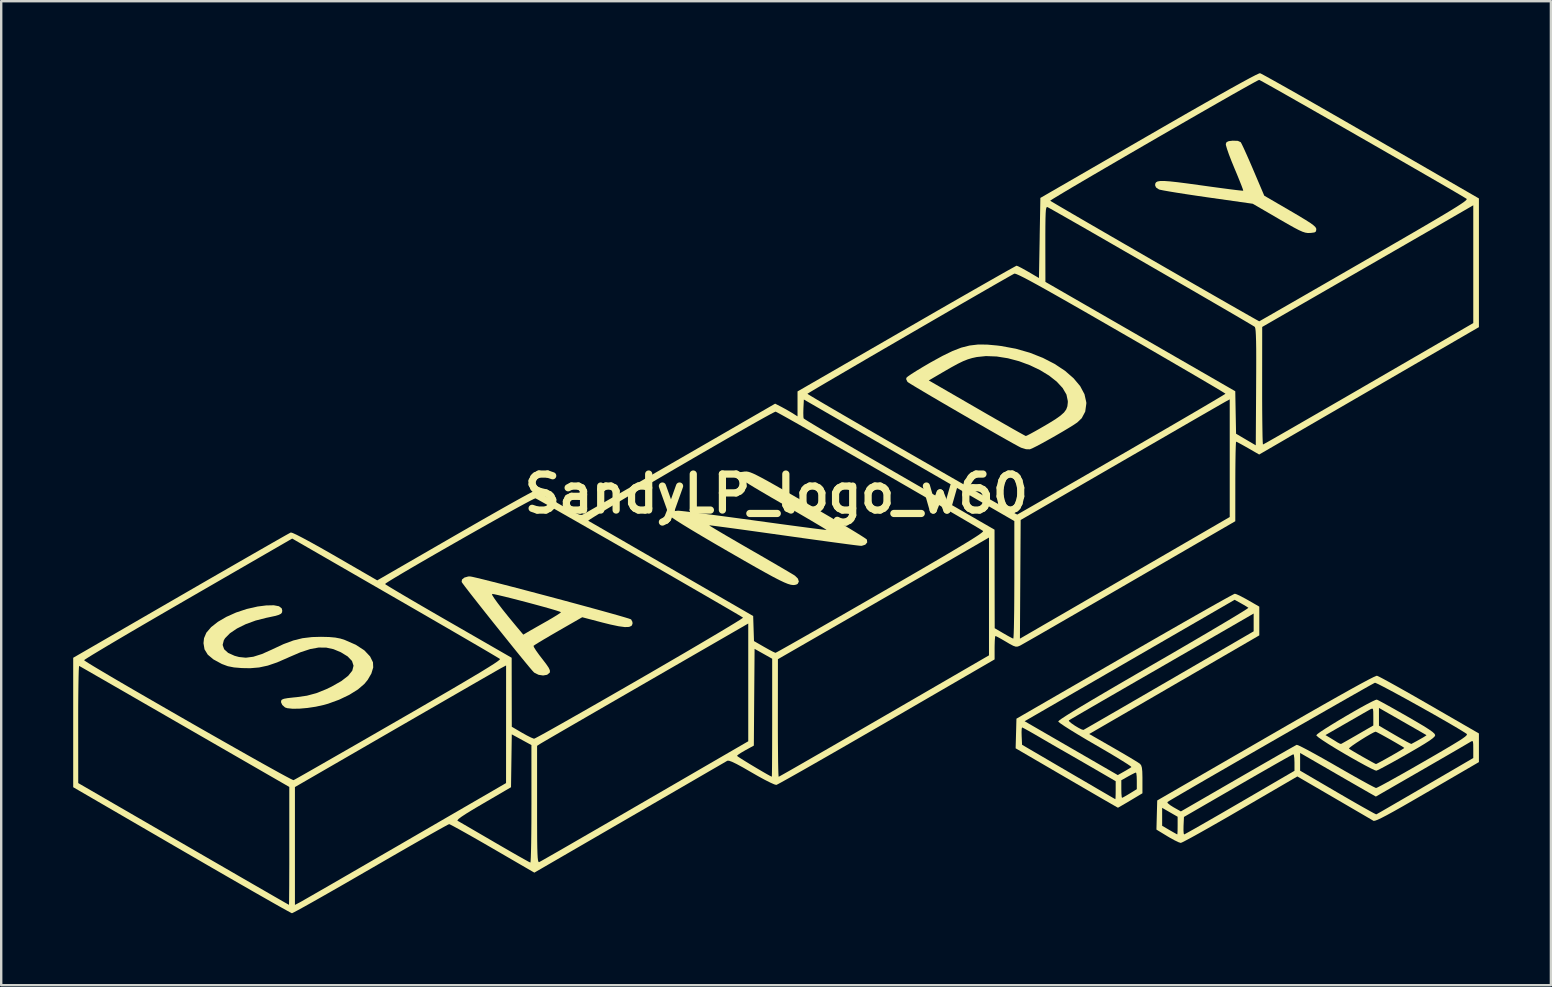
<source format=kicad_pcb>
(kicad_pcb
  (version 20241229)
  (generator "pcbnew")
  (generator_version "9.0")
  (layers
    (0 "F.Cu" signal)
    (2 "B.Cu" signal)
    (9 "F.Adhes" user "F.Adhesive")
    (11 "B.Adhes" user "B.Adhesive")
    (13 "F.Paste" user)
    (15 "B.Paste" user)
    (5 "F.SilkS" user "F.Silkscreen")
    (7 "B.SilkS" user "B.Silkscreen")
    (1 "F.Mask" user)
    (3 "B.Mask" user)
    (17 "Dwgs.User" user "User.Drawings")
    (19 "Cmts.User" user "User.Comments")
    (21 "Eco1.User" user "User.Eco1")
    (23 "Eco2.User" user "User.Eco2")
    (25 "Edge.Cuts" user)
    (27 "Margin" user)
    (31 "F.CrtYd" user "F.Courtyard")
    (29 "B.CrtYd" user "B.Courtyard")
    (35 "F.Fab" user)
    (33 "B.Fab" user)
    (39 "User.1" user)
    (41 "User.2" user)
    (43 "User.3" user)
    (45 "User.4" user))
  (footprint "SandyLP_logo_w60"
    (layer "F.Cu")
    (at 29.301 17.524)
    (property "Reference" "SandyLP_logo_w60" (at 0 0 0) (layer "F.SilkS") (effects (font (size 1.5 1.5) (thickness 0.3))))
    (attr board_only exclude_from_pos_files exclude_from_bom)
    (fp_poly (pts (xy 19.227 -14.705) (xy 19.346 -14.65) (xy 19.347 -14.649) (xy 19.39 -14.571) (xy 19.47 -14.404) (xy 19.579 -14.164) (xy 19.709 -13.87) (xy 19.852 -13.539) (xy 19.871 -13.494) (xy 20.328 -12.42) (xy 21.412 -11.789) (xy 21.778 -11.574) (xy 22.053 -11.408) (xy 22.25 -11.282) (xy 22.38 -11.186) (xy 22.457 -11.114) (xy 22.491 -11.055) (xy 22.496 -11.02) (xy 22.483 -10.933) (xy 22.421 -10.889) (xy 22.279 -10.87) (xy 22.232 -10.867) (xy 22.135 -10.866) (xy 22.037 -10.881) (xy 21.92 -10.919) (xy 21.77 -10.986) (xy 21.569 -11.091) (xy 21.302 -11.241) (xy 20.952 -11.442) (xy 20.908 -11.468) (xy 19.848 -12.084) (xy 17.975 -12.35) (xy 17.513 -12.417) (xy 17.082 -12.482) (xy 16.697 -12.542) (xy 16.375 -12.595) (xy 16.131 -12.638) (xy 15.979 -12.669) (xy 15.941 -12.68) (xy 15.818 -12.763) (xy 15.78 -12.852) (xy 15.787 -12.923) (xy 15.818 -12.977) (xy 15.883 -13.013) (xy 15.993 -13.032) (xy 16.161 -13.033) (xy 16.397 -13.016) (xy 16.713 -12.982) (xy 17.12 -12.93) (xy 17.63 -12.86) (xy 17.723 -12.847) (xy 18.156 -12.787) (xy 18.551 -12.734) (xy 18.891 -12.689) (xy 19.163 -12.655) (xy 19.353 -12.634) (xy 19.445 -12.627) (xy 19.452 -12.628) (xy 19.437 -12.686) (xy 19.383 -12.833) (xy 19.296 -13.052) (xy 19.185 -13.325) (xy 19.09 -13.551) (xy 18.963 -13.86) (xy 18.856 -14.138) (xy 18.777 -14.365) (xy 18.732 -14.52) (xy 18.725 -14.574) (xy 18.758 -14.652) (xy 18.849 -14.693) (xy 19.011 -14.712)) (stroke (width 0) (type solid)) (fill yes) (layer "F.SilkS"))
    (fp_poly (pts (xy 8.775 -6.216) (xy 9.202 -6.177) (xy 9.367 -6.156) (xy 9.978 -6.043) (xy 10.561 -5.876) (xy 11.103 -5.662) (xy 11.595 -5.409) (xy 12.025 -5.124) (xy 12.382 -4.813) (xy 12.657 -4.486) (xy 12.837 -4.148) (xy 12.913 -3.808) (xy 12.914 -3.758) (xy 12.868 -3.423) (xy 12.722 -3.148) (xy 12.539 -2.973) (xy 12.396 -2.876) (xy 12.184 -2.744) (xy 11.925 -2.589) (xy 11.64 -2.423) (xy 11.349 -2.259) (xy 11.075 -2.107) (xy 10.838 -1.981) (xy 10.659 -1.892) (xy 10.559 -1.852) (xy 10.401 -1.856) (xy 10.205 -1.916) (xy 10.178 -1.928) (xy 10.066 -1.986) (xy 9.871 -2.093) (xy 9.605 -2.242) (xy 9.281 -2.425) (xy 8.912 -2.636) (xy 8.51 -2.867) (xy 8.088 -3.11) (xy 7.659 -3.359) (xy 7.234 -3.606) (xy 6.827 -3.843) (xy 6.45 -4.064) (xy 6.117 -4.261) (xy 5.838 -4.427) (xy 5.628 -4.554) (xy 5.498 -4.636) (xy 5.462 -4.662) (xy 5.432 -4.722) (xy 6.35 -4.722) (xy 8.352 -3.565) (xy 8.793 -3.31) (xy 9.203 -3.075) (xy 9.57 -2.865) (xy 9.882 -2.687) (xy 10.13 -2.548) (xy 10.302 -2.453) (xy 10.386 -2.409) (xy 10.393 -2.406) (xy 10.457 -2.433) (xy 10.6 -2.507) (xy 10.796 -2.615) (xy 10.95 -2.702) (xy 11.334 -2.925) (xy 11.627 -3.106) (xy 11.839 -3.257) (xy 11.985 -3.388) (xy 12.076 -3.513) (xy 12.124 -3.644) (xy 12.141 -3.791) (xy 12.143 -3.86) (xy 12.086 -4.133) (xy 11.927 -4.406) (xy 11.681 -4.672) (xy 11.361 -4.924) (xy 10.983 -5.154) (xy 10.562 -5.356) (xy 10.111 -5.523) (xy 9.646 -5.646) (xy 9.181 -5.72) (xy 8.732 -5.737) (xy 8.353 -5.698) (xy 8.159 -5.656) (xy 7.975 -5.601) (xy 7.781 -5.524) (xy 7.555 -5.414) (xy 7.275 -5.261) (xy 6.92 -5.056) (xy 6.885 -5.035) (xy 6.35 -4.722) (xy 5.432 -4.722) (xy 5.409 -4.769) (xy 5.414 -4.829) (xy 5.473 -4.884) (xy 5.619 -4.985) (xy 5.834 -5.122) (xy 6.104 -5.285) (xy 6.41 -5.464) (xy 6.437 -5.479) (xy 6.921 -5.745) (xy 7.335 -5.946) (xy 7.703 -6.089) (xy 8.05 -6.177) (xy 8.399 -6.218)) (stroke (width 0) (type solid)) (fill yes) (layer "F.SilkS"))
    (fp_poly (pts (xy -12.675 3.46) (xy -12.484 3.504) (xy -12.206 3.571) (xy -11.853 3.66) (xy -11.44 3.765) (xy -10.976 3.885) (xy -10.476 4.016) (xy -9.951 4.155) (xy -9.414 4.297) (xy -8.877 4.441) (xy -8.352 4.583) (xy -7.851 4.719) (xy -7.388 4.846) (xy -6.974 4.961) (xy -6.622 5.06) (xy -6.344 5.141) (xy -6.152 5.199) (xy -6.06 5.233) (xy -6.054 5.236) (xy -5.999 5.34) (xy -5.995 5.421) (xy -6.037 5.505) (xy -6.141 5.549) (xy -6.316 5.555) (xy -6.573 5.521) (xy -6.922 5.447) (xy -7.256 5.364) (xy -8.091 5.145) (xy -9.092 5.719) (xy -9.401 5.898) (xy -9.675 6.059) (xy -9.896 6.192) (xy -10.049 6.287) (xy -10.119 6.336) (xy -10.121 6.338) (xy -10.098 6.4) (xy -10.016 6.532) (xy -9.887 6.712) (xy -9.769 6.865) (xy -9.596 7.091) (xy -9.489 7.248) (xy -9.44 7.354) (xy -9.437 7.428) (xy -9.448 7.457) (xy -9.554 7.543) (xy -9.721 7.572) (xy -9.909 7.544) (xy -10.079 7.461) (xy -10.11 7.435) (xy -10.178 7.361) (xy -10.307 7.209) (xy -10.487 6.991) (xy -10.709 6.72) (xy -10.962 6.407) (xy -11.237 6.065) (xy -11.525 5.706) (xy -11.816 5.343) (xy -12.1 4.986) (xy -12.367 4.648) (xy -12.608 4.342) (xy -12.739 4.175) (xy -11.849 4.175) (xy -11.838 4.226) (xy -11.757 4.356) (xy -11.614 4.555) (xy -11.416 4.814) (xy -11.169 5.122) (xy -10.882 5.47) (xy -10.807 5.56) (xy -10.546 5.87) (xy -10.362 5.762) (xy -10.237 5.689) (xy -10.038 5.576) (xy -9.795 5.438) (xy -9.576 5.314) (xy -9.342 5.178) (xy -9.15 5.061) (xy -9.021 4.976) (xy -8.975 4.936) (xy -9.029 4.911) (xy -9.179 4.862) (xy -9.405 4.795) (xy -9.689 4.715) (xy -10.014 4.626) (xy -10.36 4.533) (xy -10.708 4.442) (xy -11.041 4.356) (xy -11.34 4.282) (xy -11.586 4.224) (xy -11.761 4.186) (xy -11.846 4.174) (xy -11.849 4.175) (xy -12.739 4.175) (xy -12.813 4.079) (xy -12.973 3.872) (xy -13.077 3.732) (xy -13.116 3.674) (xy -13.101 3.574) (xy -13 3.492) (xy -12.842 3.447) (xy -12.768 3.444)) (stroke (width 0) (type solid)) (fill yes) (layer "F.SilkS"))
    (fp_poly (pts (xy -20.727 4.687) (xy -20.612 4.776) (xy -20.59 4.867) (xy -20.599 4.942) (xy -20.641 4.999) (xy -20.734 5.046) (xy -20.897 5.093) (xy -21.151 5.148) (xy -21.249 5.168) (xy -21.697 5.282) (xy -22.112 5.434) (xy -22.476 5.614) (xy -22.769 5.812) (xy -22.972 6.018) (xy -23.024 6.101) (xy -23.074 6.3) (xy -23.012 6.478) (xy -22.845 6.631) (xy -22.576 6.752) (xy -22.391 6.802) (xy -22.108 6.831) (xy -21.796 6.791) (xy -21.438 6.678) (xy -21.015 6.489) (xy -20.997 6.48) (xy -20.535 6.264) (xy -20.129 6.113) (xy -19.745 6.018) (xy -19.348 5.971) (xy -18.977 5.961) (xy -18.639 5.969) (xy -18.382 5.992) (xy -18.169 6.033) (xy -17.984 6.092) (xy -17.525 6.293) (xy -17.172 6.523) (xy -16.93 6.779) (xy -16.81 7.022) (xy -16.8 7.238) (xy -16.877 7.491) (xy -17.03 7.755) (xy -17.167 7.922) (xy -17.437 8.154) (xy -17.798 8.379) (xy -18.221 8.581) (xy -18.679 8.748) (xy -18.859 8.799) (xy -19.195 8.873) (xy -19.541 8.925) (xy -19.871 8.954) (xy -20.159 8.958) (xy -20.378 8.935) (xy -20.473 8.904) (xy -20.588 8.802) (xy -20.638 8.697) (xy -20.639 8.628) (xy -20.606 8.579) (xy -20.521 8.543) (xy -20.365 8.515) (xy -20.118 8.487) (xy -19.981 8.474) (xy -19.563 8.414) (xy -19.171 8.309) (xy -18.762 8.145) (xy -18.53 8.033) (xy -18.128 7.805) (xy -17.842 7.584) (xy -17.672 7.371) (xy -17.62 7.165) (xy -17.684 6.967) (xy -17.865 6.778) (xy -18.147 6.605) (xy -18.455 6.476) (xy -18.759 6.41) (xy -19.077 6.408) (xy -19.428 6.472) (xy -19.832 6.605) (xy -20.307 6.809) (xy -20.355 6.831) (xy -20.804 7.027) (xy -21.193 7.16) (xy -21.556 7.238) (xy -21.926 7.269) (xy -22.274 7.263) (xy -22.602 7.236) (xy -22.859 7.185) (xy -23.09 7.099) (xy -23.112 7.09) (xy -23.458 6.902) (xy -23.694 6.704) (xy -23.829 6.483) (xy -23.872 6.227) (xy -23.85 6.018) (xy -23.752 5.788) (xy -23.553 5.557) (xy -23.269 5.334) (xy -22.918 5.129) (xy -22.514 4.948) (xy -22.075 4.802) (xy -21.617 4.698) (xy -21.26 4.653) (xy -20.942 4.646)) (stroke (width 0) (type solid)) (fill yes) (layer "F.SilkS"))
    (fp_poly (pts (xy -1.175 -0.917) (xy -1.086 -0.891) (xy -0.969 -0.844) (xy -0.817 -0.771) (xy -0.618 -0.668) (xy -0.364 -0.53) (xy -0.046 -0.351) (xy 0.347 -0.128) (xy 0.823 0.146) (xy 1.328 0.437) (xy 1.813 0.719) (xy 2.267 0.984) (xy 2.68 1.229) (xy 3.042 1.445) (xy 3.342 1.628) (xy 3.571 1.771) (xy 3.717 1.867) (xy 3.771 1.91) (xy 3.784 2.027) (xy 3.704 2.122) (xy 3.558 2.169) (xy 3.527 2.17) (xy 3.441 2.162) (xy 3.25 2.139) (xy 2.965 2.102) (xy 2.599 2.053) (xy 2.162 1.994) (xy 1.666 1.926) (xy 1.122 1.851) (xy 0.542 1.769) (xy 0.294 1.734) (xy -0.293 1.652) (xy -0.843 1.575) (xy -1.347 1.505) (xy -1.793 1.444) (xy -2.171 1.393) (xy -2.47 1.354) (xy -2.679 1.327) (xy -2.788 1.315) (xy -2.801 1.315) (xy -2.756 1.347) (xy -2.621 1.43) (xy -2.407 1.558) (xy -2.126 1.724) (xy -1.789 1.92) (xy -1.409 2.141) (xy -1.101 2.319) (xy -0.685 2.558) (xy -0.297 2.783) (xy 0.052 2.986) (xy 0.348 3.159) (xy 0.578 3.295) (xy 0.728 3.385) (xy 0.777 3.417) (xy 0.897 3.537) (xy 0.935 3.66) (xy 0.885 3.756) (xy 0.846 3.777) (xy 0.775 3.798) (xy 0.696 3.804) (xy 0.599 3.791) (xy 0.476 3.755) (xy 0.318 3.69) (xy 0.114 3.593) (xy -0.144 3.459) (xy -0.464 3.284) (xy -0.858 3.064) (xy -1.333 2.793) (xy -1.898 2.468) (xy -1.982 2.42) (xy -2.565 2.082) (xy -3.079 1.78) (xy -3.518 1.518) (xy -3.879 1.298) (xy -4.154 1.125) (xy -4.339 1) (xy -4.428 0.928) (xy -4.435 0.917) (xy -4.428 0.799) (xy -4.314 0.728) (xy -4.099 0.705) (xy -4.001 0.713) (xy -3.798 0.735) (xy -3.503 0.771) (xy -3.127 0.818) (xy -2.683 0.875) (xy -2.183 0.941) (xy -1.637 1.015) (xy -1.059 1.093) (xy -0.907 1.114) (xy -0.33 1.193) (xy 0.211 1.267) (xy 0.704 1.333) (xy 1.14 1.391) (xy 1.506 1.439) (xy 1.793 1.475) (xy 1.989 1.499) (xy 2.083 1.508) (xy 2.09 1.508) (xy 2.045 1.476) (xy 1.909 1.392) (xy 1.694 1.264) (xy 1.411 1.096) (xy 1.071 0.897) (xy 0.685 0.673) (xy 0.276 0.436) (xy -0.209 0.156) (xy -0.6 -0.073) (xy -0.909 -0.256) (xy -1.145 -0.401) (xy -1.316 -0.513) (xy -1.433 -0.598) (xy -1.506 -0.664) (xy -1.543 -0.715) (xy -1.554 -0.759) (xy -1.555 -0.764) (xy -1.54 -0.858) (xy -1.476 -0.904) (xy -1.331 -0.925) (xy -1.31 -0.927) (xy -1.246 -0.928)) (stroke (width 0) (type solid)) (fill yes) (layer "F.SilkS"))
    (fp_poly (pts (xy 25.089 8.61) (xy 25.244 8.693) (xy 25.47 8.817) (xy 25.753 8.975) (xy 26.076 9.158) (xy 26.269 9.268) (xy 26.666 9.498) (xy 26.97 9.678) (xy 27.19 9.818) (xy 27.337 9.922) (xy 27.42 9.999) (xy 27.449 10.054) (xy 27.45 10.06) (xy 27.427 10.113) (xy 27.352 10.185) (xy 27.216 10.285) (xy 27.007 10.419) (xy 26.717 10.593) (xy 26.334 10.815) (xy 26.269 10.852) (xy 25.928 11.045) (xy 25.618 11.218) (xy 25.353 11.361) (xy 25.151 11.468) (xy 25.025 11.528) (xy 24.995 11.539) (xy 24.92 11.514) (xy 24.759 11.437) (xy 24.528 11.316) (xy 24.242 11.159) (xy 23.916 10.975) (xy 23.699 10.85) (xy 23.324 10.628) (xy 23.308 10.618) (xy 23.856 10.618) (xy 23.856 10.619) (xy 23.924 10.664) (xy 24.064 10.749) (xy 24.252 10.859) (xy 24.46 10.978) (xy 24.664 11.093) (xy 24.836 11.188) (xy 24.952 11.249) (xy 24.986 11.262) (xy 25.044 11.235) (xy 25.182 11.162) (xy 25.38 11.053) (xy 25.587 10.937) (xy 25.816 10.806) (xy 26.002 10.696) (xy 26.124 10.62) (xy 26.163 10.591) (xy 26.115 10.556) (xy 25.99 10.479) (xy 25.81 10.374) (xy 25.602 10.254) (xy 25.39 10.135) (xy 25.198 10.029) (xy 25.051 9.951) (xy 24.974 9.915) (xy 24.969 9.914) (xy 24.892 9.942) (xy 24.75 10.018) (xy 24.566 10.125) (xy 24.365 10.25) (xy 24.17 10.376) (xy 24.004 10.49) (xy 23.891 10.576) (xy 23.856 10.618) (xy 23.308 10.618) (xy 23.006 10.432) (xy 22.757 10.27) (xy 22.585 10.149) (xy 22.502 10.075) (xy 22.496 10.061) (xy 22.503 10.055) (xy 22.878 10.055) (xy 23.069 10.169) (xy 23.23 10.267) (xy 23.367 10.353) (xy 23.376 10.359) (xy 23.48 10.414) (xy 23.528 10.424) (xy 23.589 10.392) (xy 23.731 10.312) (xy 23.934 10.196) (xy 24.178 10.056) (xy 24.217 10.033) (xy 24.872 9.655) (xy 24.872 9.293) (xy 25.107 9.293) (xy 25.107 9.663) (xy 25.767 10.049) (xy 26.015 10.192) (xy 26.225 10.31) (xy 26.377 10.39) (xy 26.453 10.424) (xy 26.456 10.424) (xy 26.52 10.391) (xy 26.654 10.319) (xy 26.794 10.241) (xy 26.954 10.15) (xy 27.059 10.083) (xy 27.087 10.058) (xy 27.034 10.027) (xy 26.894 9.946) (xy 26.685 9.826) (xy 26.421 9.675) (xy 26.119 9.502) (xy 26.089 9.485) (xy 25.107 8.923) (xy 25.107 9.293) (xy 24.872 9.293) (xy 24.872 9.284) (xy 24.87 9.083) (xy 24.859 8.979) (xy 24.827 8.949) (xy 24.766 8.972) (xy 24.737 8.988) (xy 24.642 9.042) (xy 24.465 9.142) (xy 24.228 9.279) (xy 23.949 9.439) (xy 23.74 9.559) (xy 22.878 10.055) (xy 22.503 10.055) (xy 22.545 10.011) (xy 22.679 9.913) (xy 22.883 9.779) (xy 23.139 9.619) (xy 23.429 9.442) (xy 23.738 9.259) (xy 24.048 9.079) (xy 24.342 8.912) (xy 24.604 8.769) (xy 24.816 8.659) (xy 24.961 8.592) (xy 25.02 8.577)) (stroke (width 0) (type solid)) (fill yes) (layer "F.SilkS"))
    (fp_poly (pts (xy 19.188 4.193) (xy 19.347 4.268) (xy 19.551 4.376) (xy 19.654 4.434) (xy 20.121 4.703) (xy 20.121 5.302) (xy 20.121 5.9) (xy 19.754 6.114) (xy 19.638 6.181) (xy 19.431 6.301) (xy 19.142 6.469) (xy 18.781 6.678) (xy 18.359 6.923) (xy 17.885 7.198) (xy 17.37 7.497) (xy 16.822 7.814) (xy 16.253 8.144) (xy 16.211 8.169) (xy 13.034 10.01) (xy 14.04 10.587) (xy 14.356 10.77) (xy 14.643 10.938) (xy 14.881 11.081) (xy 15.055 11.188) (xy 15.145 11.249) (xy 15.149 11.252) (xy 15.198 11.314) (xy 15.229 11.414) (xy 15.246 11.577) (xy 15.252 11.826) (xy 15.252 11.91) (xy 15.252 12.48) (xy 14.749 12.781) (xy 14.536 12.907) (xy 14.364 13.007) (xy 14.256 13.069) (xy 14.231 13.081) (xy 14.179 13.053) (xy 14.036 12.971) (xy 13.813 12.843) (xy 13.52 12.674) (xy 13.169 12.47) (xy 12.768 12.237) (xy 12.33 11.982) (xy 12.092 11.844) (xy 9.968 10.606) (xy 9.985 9.989) (xy 9.987 9.93) (xy 10.215 9.93) (xy 10.219 10.098) (xy 10.236 10.459) (xy 12.172 11.591) (xy 12.604 11.843) (xy 13.004 12.076) (xy 13.359 12.284) (xy 13.66 12.459) (xy 13.894 12.595) (xy 14.051 12.686) (xy 14.12 12.725) (xy 14.123 12.726) (xy 14.13 12.674) (xy 14.135 12.536) (xy 14.137 12.353) (xy 14.137 12.304) (xy 14.372 12.304) (xy 14.376 12.494) (xy 14.387 12.627) (xy 14.4 12.671) (xy 14.462 12.642) (xy 14.591 12.569) (xy 14.723 12.49) (xy 15.017 12.309) (xy 15.017 11.962) (xy 15.012 11.778) (xy 14.998 11.652) (xy 14.982 11.615) (xy 14.915 11.641) (xy 14.78 11.71) (xy 14.659 11.776) (xy 14.372 11.937) (xy 14.372 12.304) (xy 14.137 12.304) (xy 14.137 11.977) (xy 13.184 11.423) (xy 12.862 11.237) (xy 12.557 11.061) (xy 12.289 10.907) (xy 12.082 10.788) (xy 11.967 10.722) (xy 11.817 10.637) (xy 11.594 10.509) (xy 11.326 10.353) (xy 11.041 10.187) (xy 10.989 10.156) (xy 10.73 10.006) (xy 10.507 9.879) (xy 10.34 9.787) (xy 10.249 9.741) (xy 10.238 9.738) (xy 10.221 9.791) (xy 10.215 9.93) (xy 9.987 9.93) (xy 9.999 9.478) (xy 10.343 9.478) (xy 12.284 10.6) (xy 14.225 11.722) (xy 14.489 11.573) (xy 14.647 11.481) (xy 14.762 11.41) (xy 14.793 11.387) (xy 14.755 11.35) (xy 14.626 11.262) (xy 14.419 11.132) (xy 14.147 10.965) (xy 13.82 10.77) (xy 13.452 10.555) (xy 13.297 10.465) (xy 12.912 10.241) (xy 12.561 10.031) (xy 12.257 9.845) (xy 12.012 9.689) (xy 11.84 9.572) (xy 11.752 9.503) (xy 11.744 9.49) (xy 11.777 9.451) (xy 11.783 9.447) (xy 12.182 9.447) (xy 12.206 9.491) (xy 12.301 9.57) (xy 12.439 9.665) (xy 12.588 9.754) (xy 12.716 9.819) (xy 12.792 9.84) (xy 12.795 9.839) (xy 12.851 9.808) (xy 12.999 9.723) (xy 13.233 9.588) (xy 13.543 9.409) (xy 13.922 9.19) (xy 14.361 8.937) (xy 14.852 8.652) (xy 15.386 8.343) (xy 15.956 8.012) (xy 16.359 7.779) (xy 19.886 5.732) (xy 19.886 5.361) (xy 19.886 4.991) (xy 18.815 5.611) (xy 18.551 5.763) (xy 18.2 5.966) (xy 17.776 6.211) (xy 17.295 6.488) (xy 16.77 6.79) (xy 16.218 7.109) (xy 15.652 7.435) (xy 15.087 7.76) (xy 14.988 7.817) (xy 14.467 8.118) (xy 13.977 8.401) (xy 13.526 8.661) (xy 13.125 8.894) (xy 12.782 9.093) (xy 12.508 9.253) (xy 12.311 9.368) (xy 12.202 9.434) (xy 12.182 9.447) (xy 11.783 9.447) (xy 11.884 9.371) (xy 12.07 9.249) (xy 12.338 9.081) (xy 12.689 8.868) (xy 13.128 8.606) (xy 13.657 8.294) (xy 14.28 7.93) (xy 14.999 7.512) (xy 15.719 7.095) (xy 16.346 6.733) (xy 16.94 6.387) (xy 17.496 6.062) (xy 18.006 5.763) (xy 18.462 5.493) (xy 18.856 5.259) (xy 19.181 5.063) (xy 19.429 4.911) (xy 19.593 4.807) (xy 19.665 4.755) (xy 19.667 4.751) (xy 19.593 4.702) (xy 19.454 4.619) (xy 19.358 4.565) (xy 19.094 4.418) (xy 14.719 6.948) (xy 10.343 9.478) (xy 9.999 9.478) (xy 10.002 9.372) (xy 14.509 6.768) (xy 15.178 6.383) (xy 15.819 6.014) (xy 16.425 5.667) (xy 16.987 5.345) (xy 17.499 5.054) (xy 17.954 4.796) (xy 18.343 4.577) (xy 18.66 4.4) (xy 18.898 4.269) (xy 19.048 4.19) (xy 19.102 4.165)) (stroke (width 0) (type solid)) (fill yes) (layer "F.SilkS"))
    (fp_poly (pts (xy 25.102 7.617) (xy 25.268 7.703) (xy 25.513 7.836) (xy 25.825 8.009) (xy 26.192 8.215) (xy 26.602 8.448) (xy 27.045 8.702) (xy 27.21 8.797) (xy 29.272 9.987) (xy 29.272 10.584) (xy 29.272 11.181) (xy 27.121 12.433) (xy 26.568 12.753) (xy 26.109 13.017) (xy 25.735 13.228) (xy 25.439 13.39) (xy 25.213 13.507) (xy 25.051 13.584) (xy 24.944 13.623) (xy 24.886 13.63) (xy 24.877 13.627) (xy 24.804 13.584) (xy 24.644 13.49) (xy 24.408 13.352) (xy 24.111 13.179) (xy 23.767 12.978) (xy 23.387 12.757) (xy 23.245 12.674) (xy 21.707 11.779) (xy 19.329 13.163) (xy 18.846 13.444) (xy 18.39 13.705) (xy 17.974 13.942) (xy 17.608 14.148) (xy 17.302 14.317) (xy 17.066 14.444) (xy 16.911 14.523) (xy 16.849 14.548) (xy 16.755 14.519) (xy 16.591 14.44) (xy 16.386 14.327) (xy 16.29 14.27) (xy 15.835 13.993) (xy 15.849 13.461) (xy 16.073 13.461) (xy 16.073 13.834) (xy 16.381 14.014) (xy 16.545 14.108) (xy 16.663 14.174) (xy 16.704 14.195) (xy 16.711 14.142) (xy 16.716 14.02) (xy 16.962 14.02) (xy 16.971 14.152) (xy 16.989 14.196) (xy 17.046 14.167) (xy 17.195 14.085) (xy 17.424 13.956) (xy 17.724 13.785) (xy 18.083 13.579) (xy 18.492 13.344) (xy 18.94 13.084) (xy 19.309 12.87) (xy 21.587 11.544) (xy 21.587 11.198) (xy 21.58 11.014) (xy 21.563 10.889) (xy 21.543 10.853) (xy 21.485 10.882) (xy 21.335 10.963) (xy 21.105 11.092) (xy 20.805 11.262) (xy 20.446 11.467) (xy 20.037 11.701) (xy 19.589 11.959) (xy 19.241 12.16) (xy 16.982 13.466) (xy 16.965 13.831) (xy 16.962 14.02) (xy 16.716 14.02) (xy 16.716 14.003) (xy 16.718 13.827) (xy 16.718 13.458) (xy 16.396 13.273) (xy 16.073 13.087) (xy 16.073 13.461) (xy 15.849 13.461) (xy 15.851 13.386) (xy 15.866 12.848) (xy 16.289 12.848) (xy 16.31 12.896) (xy 16.412 12.978) (xy 16.547 13.063) (xy 16.854 13.236) (xy 19.231 11.862) (xy 19.715 11.583) (xy 20.168 11.322) (xy 20.582 11.084) (xy 20.944 10.876) (xy 21.079 10.8) (xy 21.822 10.8) (xy 21.822 11.169) (xy 21.822 11.538) (xy 23.391 12.455) (xy 23.78 12.681) (xy 24.136 12.886) (xy 24.446 13.062) (xy 24.7 13.204) (xy 24.882 13.304) (xy 24.982 13.354) (xy 24.997 13.358) (xy 25.054 13.327) (xy 25.201 13.243) (xy 25.428 13.112) (xy 25.722 12.941) (xy 26.074 12.737) (xy 26.472 12.506) (xy 26.905 12.254) (xy 27.035 12.178) (xy 29.037 11.011) (xy 29.037 10.637) (xy 29.035 10.436) (xy 29.024 10.331) (xy 28.994 10.302) (xy 28.936 10.327) (xy 28.905 10.347) (xy 28.825 10.394) (xy 28.656 10.493) (xy 28.41 10.637) (xy 28.098 10.818) (xy 27.733 11.029) (xy 27.328 11.263) (xy 26.895 11.513) (xy 26.876 11.524) (xy 24.979 12.617) (xy 24.676 12.446) (xy 24.54 12.368) (xy 24.321 12.242) (xy 24.037 12.079) (xy 23.705 11.888) (xy 23.345 11.68) (xy 23.098 11.537) (xy 21.822 10.8) (xy 21.079 10.8) (xy 21.246 10.704) (xy 21.476 10.574) (xy 21.625 10.49) (xy 21.681 10.461) (xy 21.747 10.482) (xy 21.902 10.556) (xy 22.133 10.676) (xy 22.425 10.835) (xy 22.768 11.026) (xy 23.147 11.241) (xy 23.33 11.347) (xy 23.723 11.572) (xy 24.085 11.778) (xy 24.404 11.956) (xy 24.666 12.1) (xy 24.858 12.201) (xy 24.968 12.254) (xy 24.988 12.26) (xy 25.055 12.232) (xy 25.212 12.151) (xy 25.446 12.024) (xy 25.747 11.857) (xy 26.103 11.658) (xy 26.501 11.432) (xy 26.931 11.185) (xy 26.964 11.166) (xy 27.458 10.881) (xy 27.858 10.647) (xy 28.173 10.46) (xy 28.412 10.314) (xy 28.583 10.204) (xy 28.695 10.123) (xy 28.756 10.066) (xy 28.775 10.028) (xy 28.76 10.003) (xy 28.759 10.002) (xy 28.604 9.903) (xy 28.376 9.764) (xy 28.088 9.595) (xy 27.754 9.402) (xy 27.388 9.193) (xy 27.004 8.977) (xy 26.615 8.76) (xy 26.236 8.55) (xy 25.881 8.356) (xy 25.562 8.184) (xy 25.295 8.043) (xy 25.094 7.94) (xy 24.971 7.884) (xy 24.94 7.875) (xy 24.878 7.907) (xy 24.723 7.992) (xy 24.485 8.126) (xy 24.173 8.303) (xy 23.796 8.517) (xy 23.363 8.764) (xy 22.883 9.038) (xy 22.366 9.334) (xy 21.821 9.646) (xy 21.255 9.971) (xy 20.68 10.301) (xy 20.104 10.632) (xy 19.536 10.959) (xy 18.985 11.277) (xy 18.46 11.58) (xy 17.971 11.862) (xy 17.527 12.12) (xy 17.136 12.347) (xy 16.809 12.538) (xy 16.553 12.688) (xy 16.379 12.791) (xy 16.295 12.844) (xy 16.289 12.848) (xy 15.866 12.848) (xy 15.868 12.779) (xy 20.385 10.17) (xy 21.293 9.646) (xy 22.1 9.182) (xy 22.809 8.778) (xy 23.418 8.434) (xy 23.929 8.148) (xy 24.342 7.921) (xy 24.658 7.752) (xy 24.877 7.641) (xy 25 7.588) (xy 25.025 7.583)) (stroke (width 0) (type solid)) (fill yes) (layer "F.SilkS"))
    (fp_poly (pts (xy 20.219 -17.492) (xy 20.38 -17.405) (xy 20.628 -17.268) (xy 20.955 -17.085) (xy 21.354 -16.86) (xy 21.817 -16.598) (xy 22.337 -16.302) (xy 22.906 -15.976) (xy 23.516 -15.626) (xy 24.161 -15.255) (xy 24.771 -14.904) (xy 29.272 -12.305) (xy 29.272 -9.624) (xy 29.272 -6.943) (xy 24.694 -4.289) (xy 20.116 -1.635) (xy 19.652 -1.903) (xy 19.444 -2.02) (xy 19.277 -2.112) (xy 19.175 -2.164) (xy 19.155 -2.17) (xy 19.147 -2.114) (xy 19.14 -1.955) (xy 19.133 -1.709) (xy 19.128 -1.389) (xy 19.124 -1.012) (xy 19.122 -0.591) (xy 19.122 -0.513) (xy 19.121 1.144) (xy 14.719 3.696) (xy 14.056 4.08) (xy 13.419 4.449) (xy 12.816 4.797) (xy 12.255 5.121) (xy 11.744 5.416) (xy 11.29 5.678) (xy 10.901 5.902) (xy 10.584 6.083) (xy 10.347 6.218) (xy 10.198 6.302) (xy 10.148 6.33) (xy 10.058 6.366) (xy 9.975 6.371) (xy 9.868 6.335) (xy 9.71 6.251) (xy 9.57 6.168) (xy 9.376 6.055) (xy 9.344 6.037) (xy 10.147 6.037) (xy 10.928 5.585) (xy 11.112 5.478) (xy 11.387 5.319) (xy 11.742 5.113) (xy 12.168 4.867) (xy 12.652 4.586) (xy 13.184 4.277) (xy 13.755 3.946) (xy 14.353 3.599) (xy 14.968 3.243) (xy 15.299 3.051) (xy 18.889 0.969) (xy 18.889 -1.482) (xy 18.889 -3.933) (xy 18.727 -3.846) (xy 18.653 -3.804) (xy 18.484 -3.707) (xy 18.23 -3.561) (xy 17.898 -3.37) (xy 17.495 -3.138) (xy 17.031 -2.87) (xy 16.512 -2.57) (xy 15.947 -2.243) (xy 15.343 -1.894) (xy 14.708 -1.527) (xy 14.372 -1.333) (xy 10.178 1.093) (xy 10.162 3.565) (xy 10.147 6.037) (xy 9.344 6.037) (xy 9.222 5.97) (xy 9.135 5.927) (xy 9.126 5.925) (xy 9.111 5.979) (xy 9.099 6.123) (xy 9.093 6.33) (xy 9.092 6.413) (xy 9.092 6.902) (xy 4.599 9.508) (xy 3.93 9.895) (xy 3.289 10.265) (xy 2.684 10.614) (xy 2.121 10.937) (xy 1.607 11.231) (xy 1.152 11.491) (xy 0.761 11.712) (xy 0.442 11.891) (xy 0.203 12.024) (xy 0.051 12.106) (xy -0.005 12.132) (xy -0.089 12.109) (xy -0.255 12.035) (xy -0.485 11.919) (xy -0.76 11.769) (xy -1.036 11.611) (xy -1.389 11.407) (xy -1.656 11.262) (xy -1.846 11.17) (xy -1.971 11.125) (xy -2.041 11.124) (xy -2.049 11.127) (xy -2.113 11.165) (xy -2.271 11.257) (xy -2.515 11.398) (xy -2.836 11.584) (xy -3.227 11.811) (xy -3.68 12.074) (xy -4.187 12.368) (xy -4.74 12.689) (xy -5.331 13.031) (xy -5.953 13.392) (xy -6.114 13.485) (xy -10.086 15.787) (xy -11.827 14.776) (xy -12.239 14.538) (xy -12.62 14.32) (xy -12.958 14.129) (xy -13.241 13.971) (xy -13.456 13.854) (xy -13.592 13.783) (xy -13.635 13.766) (xy -13.696 13.794) (xy -13.849 13.877) (xy -14.087 14.009) (xy -14.4 14.185) (xy -14.778 14.4) (xy -15.215 14.649) (xy -15.7 14.928) (xy -16.225 15.23) (xy -16.781 15.552) (xy -16.904 15.623) (xy -17.467 15.948) (xy -18 16.256) (xy -18.495 16.539) (xy -18.944 16.795) (xy -19.338 17.018) (xy -19.667 17.202) (xy -19.924 17.343) (xy -20.098 17.436) (xy -20.182 17.477) (xy -20.188 17.478) (xy -20.249 17.448) (xy -20.404 17.364) (xy -20.647 17.229) (xy -20.968 17.048) (xy -21.361 16.824) (xy -21.819 16.563) (xy -22.334 16.267) (xy -22.899 15.942) (xy -23.507 15.591) (xy -24.149 15.219) (xy -24.784 14.851) (xy -29.301 12.227) (xy -29.301 9.602) (xy -29.093 9.602) (xy -29.091 12.055) (xy -24.709 14.591) (xy -24.051 14.972) (xy -23.423 15.335) (xy -22.831 15.677) (xy -22.285 15.993) (xy -21.789 16.279) (xy -21.353 16.53) (xy -20.983 16.744) (xy -20.687 16.914) (xy -20.471 17.038) (xy -20.344 17.11) (xy -20.311 17.128) (xy -20.308 17.072) (xy -20.305 16.91) (xy -20.303 16.655) (xy -20.3 16.32) (xy -20.299 15.915) (xy -20.297 15.454) (xy -20.297 14.948) (xy -20.297 14.673) (xy -20.297 12.221) (xy -20.062 12.221) (xy -20.062 14.676) (xy -20.062 17.132) (xy -19.864 17.028) (xy -19.783 16.983) (xy -19.609 16.883) (xy -19.349 16.734) (xy -19.012 16.54) (xy -18.605 16.306) (xy -18.136 16.035) (xy -17.614 15.733) (xy -17.045 15.404) (xy -16.439 15.053) (xy -15.802 14.685) (xy -15.465 14.489) (xy -13.943 13.607) (xy -13.291 13.607) (xy -13.284 13.626) (xy -13.212 13.667) (xy -13.053 13.76) (xy -12.819 13.895) (xy -12.526 14.066) (xy -12.186 14.264) (xy -11.813 14.481) (xy -11.746 14.521) (xy -11.371 14.738) (xy -11.03 14.935) (xy -10.735 15.103) (xy -10.498 15.236) (xy -10.334 15.327) (xy -10.255 15.366) (xy -10.251 15.368) (xy -10.242 15.311) (xy -10.233 15.15) (xy -10.225 14.895) (xy -10.218 14.56) (xy -10.213 14.156) (xy -10.209 13.695) (xy -10.208 13.19) (xy -10.207 12.92) (xy -10.208 10.503) (xy -9.972 10.503) (xy -9.972 12.942) (xy -9.972 13.546) (xy -9.97 14.043) (xy -9.968 14.443) (xy -9.963 14.755) (xy -9.956 14.989) (xy -9.947 15.156) (xy -9.935 15.264) (xy -9.919 15.326) (xy -9.9 15.349) (xy -9.885 15.348) (xy -9.822 15.314) (xy -9.665 15.226) (xy -9.422 15.087) (xy -9.1 14.903) (xy -8.707 14.677) (xy -8.251 14.413) (xy -7.738 14.117) (xy -7.177 13.793) (xy -6.574 13.445) (xy -5.939 13.076) (xy -5.486 12.814) (xy -2.22 10.92) (xy -1.642 10.92) (xy -1.595 10.957) (xy -1.468 11.04) (xy -1.284 11.155) (xy -1.063 11.29) (xy -0.829 11.43) (xy -0.603 11.563) (xy -0.407 11.676) (xy -0.262 11.756) (xy -0.192 11.789) (xy -0.191 11.789) (xy -0.188 11.733) (xy -0.185 11.571) (xy -0.182 11.317) (xy -0.18 10.981) (xy -0.178 10.577) (xy -0.177 10.116) (xy -0.176 9.61) (xy -0.176 9.342) (xy 0.061 9.342) (xy 0.061 9.865) (xy 0.063 10.35) (xy 0.067 10.784) (xy 0.071 11.156) (xy 0.077 11.454) (xy 0.084 11.664) (xy 0.091 11.776) (xy 0.095 11.791) (xy 0.151 11.762) (xy 0.3 11.679) (xy 0.536 11.545) (xy 0.851 11.365) (xy 1.237 11.143) (xy 1.689 10.883) (xy 2.197 10.591) (xy 2.755 10.269) (xy 3.355 9.922) (xy 3.99 9.554) (xy 4.495 9.262) (xy 8.858 6.733) (xy 8.858 4.278) (xy 8.858 1.824) (xy 7.699 2.494) (xy 7.436 2.646) (xy 7.084 2.849) (xy 6.656 3.096) (xy 6.166 3.379) (xy 5.627 3.689) (xy 5.052 4.021) (xy 4.453 4.365) (xy 3.845 4.716) (xy 3.302 5.028) (xy 0.063 6.893) (xy 0.061 9.342) (xy -0.176 9.342) (xy -0.176 9.332) (xy -0.176 6.874) (xy -0.543 6.668) (xy -0.909 6.462) (xy -0.925 8.478) (xy -0.94 10.493) (xy -1.291 10.686) (xy -1.467 10.788) (xy -1.593 10.872) (xy -1.642 10.919) (xy -1.642 10.92) (xy -2.22 10.92) (xy -1.173 10.313) (xy -1.173 7.86) (xy -1.173 5.407) (xy -5.441 7.87) (xy -6.093 8.247) (xy -6.719 8.608) (xy -7.309 8.949) (xy -7.856 9.265) (xy -8.353 9.553) (xy -8.792 9.807) (xy -9.164 10.023) (xy -9.463 10.197) (xy -9.681 10.324) (xy -9.809 10.399) (xy -9.84 10.418) (xy -9.972 10.503) (xy -10.208 10.503) (xy -10.208 10.471) (xy -10.617 10.248) (xy -11.026 10.025) (xy -11.042 11.127) (xy -11.058 12.228) (xy -12.214 12.903) (xy -12.611 13.136) (xy -12.91 13.319) (xy -13.119 13.456) (xy -13.244 13.55) (xy -13.291 13.607) (xy -13.943 13.607) (xy -11.265 12.055) (xy -11.264 9.604) (xy -11.263 7.154) (xy -11.459 7.258) (xy -11.539 7.303) (xy -11.713 7.402) (xy -11.972 7.551) (xy -12.309 7.744) (xy -12.716 7.978) (xy -13.185 8.249) (xy -13.708 8.55) (xy -14.276 8.878) (xy -14.883 9.228) (xy -15.52 9.596) (xy -15.858 9.791) (xy -20.062 12.221) (xy -20.297 12.221) (xy -20.297 12.216) (xy -24.652 9.706) (xy -25.309 9.327) (xy -25.937 8.965) (xy -26.528 8.625) (xy -27.075 8.309) (xy -27.571 8.024) (xy -28.008 7.772) (xy -28.379 7.559) (xy -28.676 7.388) (xy -28.892 7.264) (xy -29.019 7.191) (xy -29.052 7.172) (xy -29.061 7.224) (xy -29.07 7.381) (xy -29.077 7.631) (xy -29.083 7.963) (xy -29.088 8.364) (xy -29.092 8.822) (xy -29.093 9.326) (xy -29.093 9.602) (xy -29.301 9.602) (xy -29.301 9.531) (xy -29.301 6.935) (xy -28.847 6.935) (xy -28.793 6.976) (xy -28.646 7.07) (xy -28.415 7.211) (xy -28.109 7.393) (xy -27.738 7.613) (xy -27.31 7.864) (xy -26.834 8.141) (xy -26.319 8.439) (xy -25.775 8.753) (xy -25.211 9.078) (xy -24.635 9.409) (xy -24.057 9.74) (xy -23.485 10.066) (xy -22.929 10.382) (xy -22.398 10.683) (xy -21.901 10.964) (xy -21.447 11.219) (xy -21.044 11.443) (xy -20.703 11.632) (xy -20.432 11.779) (xy -20.24 11.88) (xy -20.136 11.929) (xy -20.121 11.933) (xy -20.057 11.9) (xy -19.9 11.812) (xy -19.657 11.674) (xy -19.334 11.49) (xy -18.941 11.265) (xy -18.484 11.003) (xy -17.971 10.709) (xy -17.409 10.387) (xy -16.807 10.04) (xy -16.172 9.674) (xy -15.741 9.426) (xy -14.933 8.96) (xy -14.224 8.548) (xy -13.607 8.19) (xy -13.08 7.88) (xy -12.637 7.618) (xy -12.275 7.401) (xy -11.989 7.225) (xy -11.774 7.089) (xy -11.627 6.989) (xy -11.542 6.923) (xy -11.516 6.889) (xy -11.517 6.885) (xy -11.577 6.847) (xy -11.732 6.754) (xy -11.973 6.611) (xy -12.292 6.423) (xy -12.684 6.195) (xy -13.139 5.93) (xy -13.65 5.633) (xy -14.211 5.308) (xy -14.812 4.96) (xy -15.447 4.593) (xy -15.881 4.343) (xy -16.891 3.761) (xy -16.307 3.761) (xy -16.258 3.796) (xy -16.116 3.884) (xy -15.892 4.019) (xy -15.594 4.196) (xy -15.232 4.409) (xy -14.816 4.652) (xy -14.354 4.92) (xy -13.858 5.207) (xy -13.669 5.315) (xy -11.031 6.834) (xy -11.029 8.271) (xy -11.026 9.708) (xy -10.602 9.957) (xy -10.397 10.071) (xy -10.224 10.158) (xy -10.112 10.203) (xy -10.095 10.206) (xy -10.032 10.177) (xy -9.876 10.094) (xy -9.633 9.961) (xy -9.312 9.781) (xy -8.919 9.56) (xy -8.463 9.301) (xy -7.95 9.009) (xy -7.388 8.688) (xy -6.785 8.342) (xy -6.149 7.976) (xy -5.678 7.705) (xy -5.025 7.327) (xy -4.403 6.965) (xy -3.819 6.625) (xy -3.281 6.309) (xy -2.795 6.022) (xy -2.369 5.77) (xy -2.011 5.555) (xy -1.727 5.383) (xy -1.525 5.257) (xy -1.413 5.182) (xy -1.391 5.162) (xy -1.453 5.122) (xy -1.608 5.029) (xy -1.847 4.889) (xy -2.159 4.707) (xy -2.536 4.488) (xy -2.969 4.237) (xy -3.449 3.96) (xy -3.966 3.661) (xy -4.512 3.346) (xy -5.077 3.021) (xy -5.652 2.69) (xy -6.228 2.359) (xy -6.796 2.033) (xy -7.347 1.718) (xy -7.871 1.418) (xy -8.36 1.138) (xy -8.384 1.124) (xy -7.841 1.124) (xy -7.779 1.16) (xy -7.625 1.249) (xy -7.386 1.387) (xy -7.072 1.568) (xy -6.689 1.789) (xy -6.248 2.044) (xy -5.757 2.328) (xy -5.223 2.636) (xy -4.656 2.964) (xy -4.37 3.129) (xy -0.968 5.094) (xy -0.951 5.616) (xy -0.934 6.138) (xy -0.511 6.382) (xy -0.311 6.494) (xy -0.148 6.58) (xy -0.051 6.624) (xy -0.038 6.627) (xy 0.02 6.599) (xy 0.171 6.516) (xy 0.409 6.382) (xy 0.726 6.203) (xy 1.115 5.982) (xy 1.568 5.724) (xy 2.077 5.432) (xy 2.636 5.112) (xy 3.237 4.766) (xy 3.872 4.401) (xy 4.349 4.125) (xy 5.141 3.668) (xy 5.836 3.265) (xy 6.439 2.914) (xy 6.956 2.612) (xy 7.391 2.354) (xy 7.751 2.139) (xy 8.041 1.963) (xy 8.265 1.822) (xy 8.429 1.715) (xy 8.538 1.636) (xy 8.598 1.584) (xy 8.613 1.555) (xy 8.611 1.551) (xy 8.546 1.508) (xy 8.389 1.413) (xy 8.149 1.271) (xy 7.836 1.087) (xy 7.458 0.866) (xy 7.025 0.614) (xy 6.545 0.336) (xy 6.029 0.037) (xy 5.484 -0.278) (xy 4.92 -0.604) (xy 4.345 -0.934) (xy 3.77 -1.265) (xy 3.204 -1.59) (xy 2.654 -1.905) (xy 2.131 -2.204) (xy 1.644 -2.483) (xy 1.201 -2.735) (xy 0.811 -2.956) (xy 0.485 -3.14) (xy 0.23 -3.282) (xy 0.056 -3.377) (xy -0.028 -3.42) (xy -0.034 -3.422) (xy -0.1 -3.393) (xy -0.256 -3.312) (xy -0.493 -3.182) (xy -0.801 -3.01) (xy -1.171 -2.801) (xy -1.593 -2.56) (xy -2.058 -2.294) (xy -2.557 -2.006) (xy -3.08 -1.704) (xy -3.617 -1.392) (xy -4.161 -1.076) (xy -4.7 -0.761) (xy -5.226 -0.453) (xy -5.73 -0.157) (xy -6.201 0.121) (xy -6.632 0.377) (xy -7.011 0.604) (xy -7.331 0.796) (xy -7.581 0.95) (xy -7.752 1.058) (xy -7.835 1.116) (xy -7.841 1.124) (xy -8.384 1.124) (xy -8.804 0.885) (xy -9.194 0.663) (xy -9.522 0.477) (xy -9.777 0.334) (xy -9.951 0.237) (xy -10.034 0.193) (xy -10.04 0.191) (xy -10.104 0.215) (xy -10.257 0.292) (xy -10.491 0.416) (xy -10.793 0.58) (xy -11.153 0.779) (xy -11.561 1.006) (xy -12.006 1.255) (xy -12.476 1.521) (xy -12.962 1.796) (xy -13.452 2.076) (xy -13.937 2.353) (xy -14.404 2.622) (xy -14.844 2.876) (xy -15.246 3.11) (xy -15.599 3.318) (xy -15.892 3.493) (xy -16.115 3.629) (xy -16.257 3.72) (xy -16.307 3.761) (xy -16.307 3.761) (xy -16.891 3.761) (xy -20.176 1.867) (xy -24.52 4.376) (xy -25.174 4.755) (xy -25.798 5.117) (xy -26.385 5.459) (xy -26.927 5.776) (xy -27.416 6.064) (xy -27.846 6.318) (xy -28.208 6.535) (xy -28.497 6.709) (xy -28.703 6.837) (xy -28.821 6.913) (xy -28.847 6.935) (xy -29.301 6.935) (xy -29.301 6.834) (xy -24.813 4.239) (xy -24.146 3.853) (xy -23.506 3.484) (xy -22.901 3.136) (xy -22.34 2.813) (xy -21.828 2.519) (xy -21.374 2.259) (xy -20.986 2.037) (xy -20.67 1.857) (xy -20.434 1.723) (xy -20.285 1.641) (xy -20.232 1.613) (xy -20.157 1.634) (xy -19.99 1.71) (xy -19.739 1.839) (xy -19.414 2.014) (xy -19.023 2.231) (xy -18.575 2.486) (xy -18.385 2.595) (xy -16.632 3.609) (xy -13.406 1.746) (xy -12.841 1.421) (xy -12.304 1.113) (xy -11.805 0.829) (xy -11.352 0.572) (xy -10.954 0.349) (xy -10.62 0.163) (xy -10.359 0.021) (xy -10.179 -0.074) (xy -10.09 -0.116) (xy -10.083 -0.117) (xy -10.003 -0.089) (xy -9.84 -0.01) (xy -9.614 0.11) (xy -9.341 0.261) (xy -9.087 0.406) (xy -8.756 0.597) (xy -8.509 0.733) (xy -8.333 0.821) (xy -8.211 0.869) (xy -8.128 0.882) (xy -8.07 0.868) (xy -8.068 0.866) (xy -7.999 0.828) (xy -7.837 0.735) (xy -7.589 0.593) (xy -7.264 0.406) (xy -6.869 0.178) (xy -6.412 -0.084) (xy -5.903 -0.378) (xy -5.348 -0.698) (xy -4.755 -1.04) (xy -4.133 -1.399) (xy -4.001 -1.475) (xy -0.053 -3.754) (xy 0.194 -3.628) (xy 0.404 -3.514) (xy 0.617 -3.39) (xy 0.66 -3.364) (xy 0.88 -3.225) (xy 0.88 -3.367) (xy 1.121 -3.367) (xy 1.125 -3.21) (xy 1.134 -3.142) (xy 1.188 -3.103) (xy 1.336 -3.01) (xy 1.57 -2.868) (xy 1.882 -2.681) (xy 2.265 -2.454) (xy 2.711 -2.192) (xy 3.212 -1.899) (xy 3.76 -1.579) (xy 4.348 -1.239) (xy 4.967 -0.881) (xy 5.125 -0.79) (xy 9.089 1.496) (xy 9.092 3.549) (xy 9.096 5.602) (xy 9.461 5.816) (xy 9.646 5.922) (xy 9.791 6) (xy 9.867 6.036) (xy 9.87 6.036) (xy 9.879 5.981) (xy 9.888 5.82) (xy 9.896 5.567) (xy 9.902 5.232) (xy 9.908 4.828) (xy 9.911 4.368) (xy 9.913 3.863) (xy 9.914 3.59) (xy 9.914 1.137) (xy 5.529 -1.395) (xy 1.144 -3.927) (xy 1.126 -3.568) (xy 1.121 -3.367) (xy 0.88 -3.367) (xy 0.88 -3.744) (xy 0.88 -4.166) (xy 1.292 -4.166) (xy 1.342 -4.132) (xy 1.485 -4.045) (xy 1.711 -3.91) (xy 2.013 -3.732) (xy 2.381 -3.517) (xy 2.805 -3.27) (xy 3.278 -2.995) (xy 3.789 -2.699) (xy 4.331 -2.386) (xy 4.893 -2.061) (xy 5.468 -1.73) (xy 6.046 -1.398) (xy 6.617 -1.07) (xy 7.174 -0.75) (xy 7.707 -0.445) (xy 8.207 -0.16) (xy 8.665 0.101) (xy 9.073 0.332) (xy 9.42 0.529) (xy 9.699 0.685) (xy 9.899 0.796) (xy 10.013 0.856) (xy 10.036 0.866) (xy 10.092 0.835) (xy 10.242 0.749) (xy 10.478 0.614) (xy 10.793 0.433) (xy 11.181 0.21) (xy 11.632 -0.05) (xy 12.14 -0.343) (xy 12.698 -0.664) (xy 13.297 -1.01) (xy 13.931 -1.376) (xy 14.393 -1.642) (xy 15.046 -2.02) (xy 15.669 -2.381) (xy 16.254 -2.72) (xy 16.795 -3.035) (xy 17.284 -3.32) (xy 17.713 -3.571) (xy 18.075 -3.784) (xy 18.363 -3.955) (xy 18.569 -4.078) (xy 18.687 -4.151) (xy 18.712 -4.169) (xy 18.662 -4.202) (xy 18.519 -4.29) (xy 18.288 -4.428) (xy 17.977 -4.612) (xy 17.595 -4.836) (xy 17.147 -5.098) (xy 16.642 -5.392) (xy 16.087 -5.715) (xy 15.489 -6.062) (xy 14.856 -6.429) (xy 14.365 -6.712) (xy 13.559 -7.177) (xy 12.85 -7.585) (xy 12.23 -7.939) (xy 11.697 -8.242) (xy 11.245 -8.497) (xy 10.868 -8.707) (xy 10.562 -8.874) (xy 10.321 -9.001) (xy 10.14 -9.091) (xy 10.015 -9.147) (xy 9.94 -9.172) (xy 9.914 -9.172) (xy 9.829 -9.126) (xy 9.655 -9.028) (xy 9.401 -8.883) (xy 9.075 -8.697) (xy 8.688 -8.474) (xy 8.247 -8.22) (xy 7.761 -7.94) (xy 7.241 -7.639) (xy 6.694 -7.322) (xy 6.13 -6.995) (xy 5.558 -6.663) (xy 4.987 -6.331) (xy 4.425 -6.005) (xy 3.882 -5.689) (xy 3.367 -5.388) (xy 2.889 -5.109) (xy 2.456 -4.856) (xy 2.078 -4.635) (xy 1.764 -4.45) (xy 1.523 -4.307) (xy 1.363 -4.211) (xy 1.294 -4.168) (xy 1.292 -4.166) (xy 0.88 -4.166) (xy 0.88 -4.264) (xy 5.418 -6.883) (xy 6.088 -7.27) (xy 6.73 -7.64) (xy 7.336 -7.988) (xy 7.899 -8.311) (xy 8.41 -8.603) (xy 8.864 -8.862) (xy 9.253 -9.083) (xy 9.569 -9.262) (xy 9.806 -9.394) (xy 9.955 -9.476) (xy 10.009 -9.503) (xy 10.081 -9.475) (xy 10.227 -9.4) (xy 10.42 -9.293) (xy 10.502 -9.246) (xy 10.94 -8.989) (xy 10.97 -10.658) (xy 10.971 -10.77) (xy 11.206 -10.77) (xy 11.206 -10.404) (xy 11.209 -8.828) (xy 15.165 -6.55) (xy 19.12 -4.272) (xy 19.136 -3.387) (xy 19.153 -2.502) (xy 19.563 -2.26) (xy 19.974 -2.019) (xy 19.989 -4.453) (xy 19.989 -4.502) (xy 20.24 -4.502) (xy 20.24 -3.979) (xy 20.242 -3.494) (xy 20.246 -3.059) (xy 20.251 -2.687) (xy 20.256 -2.39) (xy 20.263 -2.179) (xy 20.271 -2.068) (xy 20.275 -2.053) (xy 20.33 -2.082) (xy 20.479 -2.165) (xy 20.715 -2.299) (xy 21.03 -2.479) (xy 21.417 -2.701) (xy 21.868 -2.961) (xy 22.376 -3.254) (xy 22.934 -3.576) (xy 23.535 -3.923) (xy 24.169 -4.29) (xy 24.674 -4.583) (xy 29.037 -7.112) (xy 29.037 -9.566) (xy 29.037 -12.02) (xy 27.878 -11.35) (xy 27.615 -11.198) (xy 27.263 -10.994) (xy 26.835 -10.748) (xy 26.345 -10.465) (xy 25.806 -10.155) (xy 25.231 -9.823) (xy 24.633 -9.479) (xy 24.024 -9.128) (xy 23.481 -8.816) (xy 20.242 -6.951) (xy 20.24 -4.502) (xy 19.989 -4.502) (xy 19.992 -5.082) (xy 19.993 -5.602) (xy 19.992 -6.023) (xy 19.987 -6.353) (xy 19.979 -6.602) (xy 19.969 -6.778) (xy 19.955 -6.89) (xy 19.937 -6.947) (xy 19.931 -6.955) (xy 19.87 -6.994) (xy 19.717 -7.085) (xy 19.481 -7.225) (xy 19.171 -7.407) (xy 18.795 -7.626) (xy 18.363 -7.877) (xy 17.884 -8.155) (xy 17.368 -8.455) (xy 16.823 -8.77) (xy 16.259 -9.097) (xy 15.684 -9.429) (xy 15.108 -9.762) (xy 14.54 -10.089) (xy 13.989 -10.407) (xy 13.465 -10.709) (xy 12.976 -10.99) (xy 12.531 -11.245) (xy 12.14 -11.468) (xy 11.812 -11.655) (xy 11.556 -11.8) (xy 11.381 -11.898) (xy 11.296 -11.944) (xy 11.292 -11.946) (xy 11.265 -11.944) (xy 11.245 -11.907) (xy 11.229 -11.822) (xy 11.219 -11.679) (xy 11.212 -11.464) (xy 11.208 -11.165) (xy 11.206 -10.77) (xy 10.971 -10.77) (xy 10.997 -12.211) (xy 11.41 -12.211) (xy 11.467 -12.174) (xy 11.617 -12.085) (xy 11.849 -11.948) (xy 12.156 -11.769) (xy 12.528 -11.552) (xy 12.956 -11.303) (xy 13.431 -11.028) (xy 13.944 -10.731) (xy 14.487 -10.417) (xy 15.05 -10.092) (xy 15.623 -9.761) (xy 16.199 -9.429) (xy 16.769 -9.101) (xy 17.322 -8.782) (xy 17.851 -8.478) (xy 18.346 -8.194) (xy 18.798 -7.935) (xy 19.199 -7.706) (xy 19.539 -7.512) (xy 19.809 -7.359) (xy 20 -7.251) (xy 20.104 -7.194) (xy 20.121 -7.187) (xy 20.175 -7.217) (xy 20.323 -7.302) (xy 20.558 -7.436) (xy 20.872 -7.617) (xy 21.259 -7.839) (xy 21.71 -8.098) (xy 22.218 -8.391) (xy 22.776 -8.712) (xy 23.376 -9.058) (xy 24.011 -9.424) (xy 24.505 -9.709) (xy 25.281 -10.157) (xy 25.961 -10.55) (xy 26.55 -10.892) (xy 27.055 -11.186) (xy 27.482 -11.437) (xy 27.836 -11.647) (xy 28.122 -11.82) (xy 28.348 -11.96) (xy 28.519 -12.07) (xy 28.64 -12.153) (xy 28.717 -12.214) (xy 28.757 -12.256) (xy 28.765 -12.281) (xy 28.758 -12.29) (xy 28.667 -12.346) (xy 28.488 -12.453) (xy 28.228 -12.606) (xy 27.896 -12.799) (xy 27.503 -13.027) (xy 27.057 -13.285) (xy 26.566 -13.568) (xy 26.041 -13.871) (xy 25.49 -14.188) (xy 24.923 -14.514) (xy 24.347 -14.844) (xy 23.774 -15.173) (xy 23.21 -15.495) (xy 22.667 -15.806) (xy 22.152 -16.1) (xy 21.675 -16.371) (xy 21.245 -16.616) (xy 20.871 -16.828) (xy 20.561 -17.002) (xy 20.326 -17.133) (xy 20.175 -17.216) (xy 20.115 -17.246) (xy 20.115 -17.246) (xy 20.053 -17.218) (xy 19.9 -17.136) (xy 19.664 -17.005) (xy 19.355 -16.832) (xy 18.981 -16.621) (xy 18.552 -16.376) (xy 18.076 -16.104) (xy 17.563 -15.81) (xy 17.021 -15.498) (xy 16.459 -15.175) (xy 15.886 -14.844) (xy 15.311 -14.511) (xy 14.744 -14.182) (xy 14.192 -13.861) (xy 13.665 -13.554) (xy 13.172 -13.266) (xy 12.722 -13.002) (xy 12.324 -12.768) (xy 11.986 -12.567) (xy 11.718 -12.406) (xy 11.528 -12.29) (xy 11.426 -12.224) (xy 11.41 -12.211) (xy 10.997 -12.211) (xy 10.999 -12.327) (xy 15.516 -14.936) (xy 16.371 -15.429) (xy 17.145 -15.874) (xy 17.837 -16.268) (xy 18.443 -16.611) (xy 18.961 -16.902) (xy 19.389 -17.138) (xy 19.724 -17.32) (xy 19.965 -17.445) (xy 20.109 -17.512) (xy 20.151 -17.524)) (stroke (width 0) (type solid)) (fill yes) (layer "F.SilkS")))
  (gr_rect
    (start -3 -3)
    (end 61.573 38.002)
    (stroke (width 0.1) (type default))
    (fill no)
    (layer "Edge.Cuts")))
</source>
